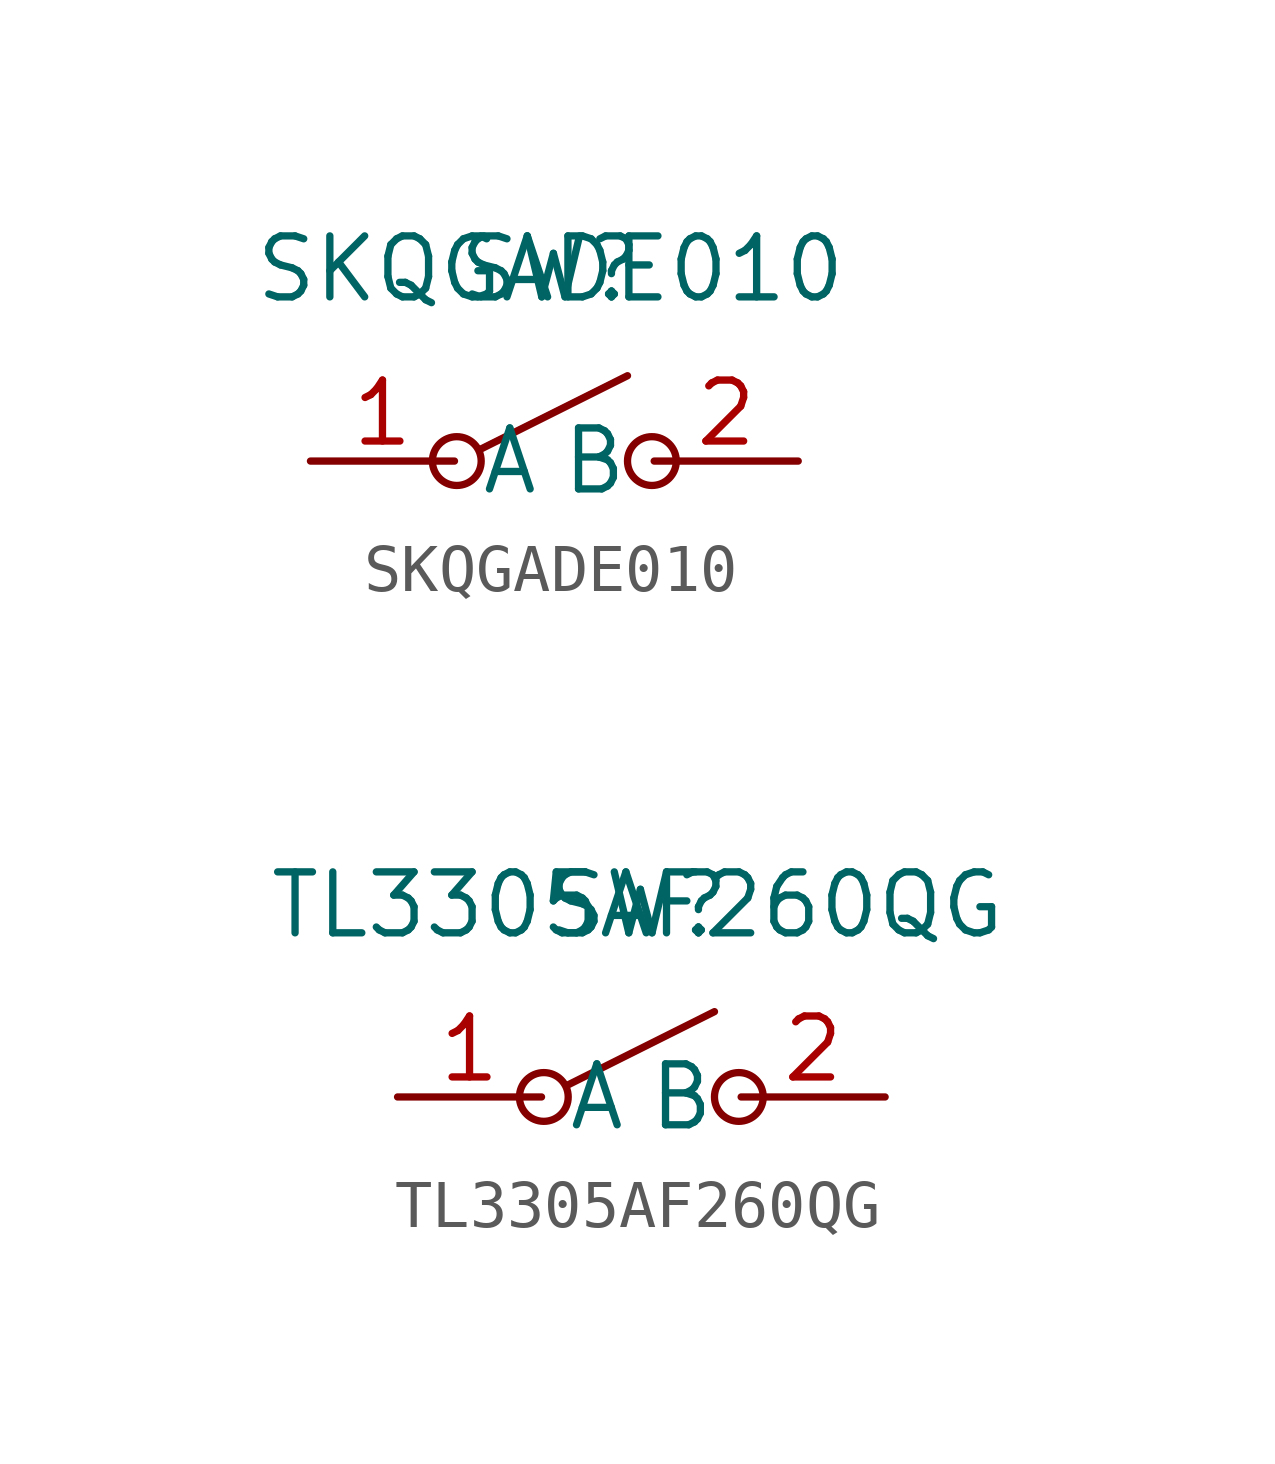
<source format=kicad_sym>
(kicad_symbol_lib
  (version 20211014)
  (generator kicad_symbol_editor)
  (symbol "SKQGADE010"
    (property "Reference" "SW"
      (at 0 0 0)
      (effects (font (size 1.27 1.27))))
    (property "Value" "SKQGADE010"
      (at 0 0 0)
      (effects (font (size 1.27 1.27))))
    (symbol "SKQGADE010_0_0"
      (circle (center -1.952 -4) (radius 0.508) (stroke (width 0) (type default) (color 0 0 0 0)) (fill (type none)))
      (polyline (pts (xy -1.444 -3.746) (xy 1.604 -2.222)) (stroke (width 0) (type default) (color 0 0 0 0)) (fill (type none)))
      (circle (center 2.112 -4) (radius 0.508) (stroke (width 0) (type default) (color 0 0 0 0)) (fill (type none))))
    (symbol "SKQGADE010_1_1"
      (pin passive line (at -5 -4 0) (length 3) (name "A" (effects (font (size 1.27 1.27)))) (number "1" (effects (font (size 1.27 1.27)))))
      (pin passive line (at 5.16 -4 180) (length 3) (name "B" (effects (font (size 1.27 1.27)))) (number "2" (effects (font (size 1.27 1.27)))))))
  (symbol "TL3305AF260QG"
    (property "Reference" "SW"
      (at 0 0 0)
      (effects (font (size 1.27 1.27))))
    (property "Value" "TL3305AF260QG"
      (at 0 0 0)
      (effects (font (size 1.27 1.27))))
    (symbol "TL3305AF260QG_0_0"
      (circle (center -1.952 -4) (radius 0.508) (stroke (width 0) (type default) (color 0 0 0 0)) (fill (type none)))
      (polyline (pts (xy -1.444 -3.746) (xy 1.604 -2.222)) (stroke (width 0) (type default) (color 0 0 0 0)) (fill (type none)))
      (circle (center 2.112 -4) (radius 0.508) (stroke (width 0) (type default) (color 0 0 0 0)) (fill (type none))))
    (symbol "TL3305AF260QG_1_1"
      (pin passive line (at -5 -4 0) (length 3) (name "A" (effects (font (size 1.27 1.27)))) (number "1" (effects (font (size 1.27 1.27)))))
      (pin passive line (at 5.16 -4 180) (length 3) (name "B" (effects (font (size 1.27 1.27)))) (number "2" (effects (font (size 1.27 1.27))))))))
</source>
